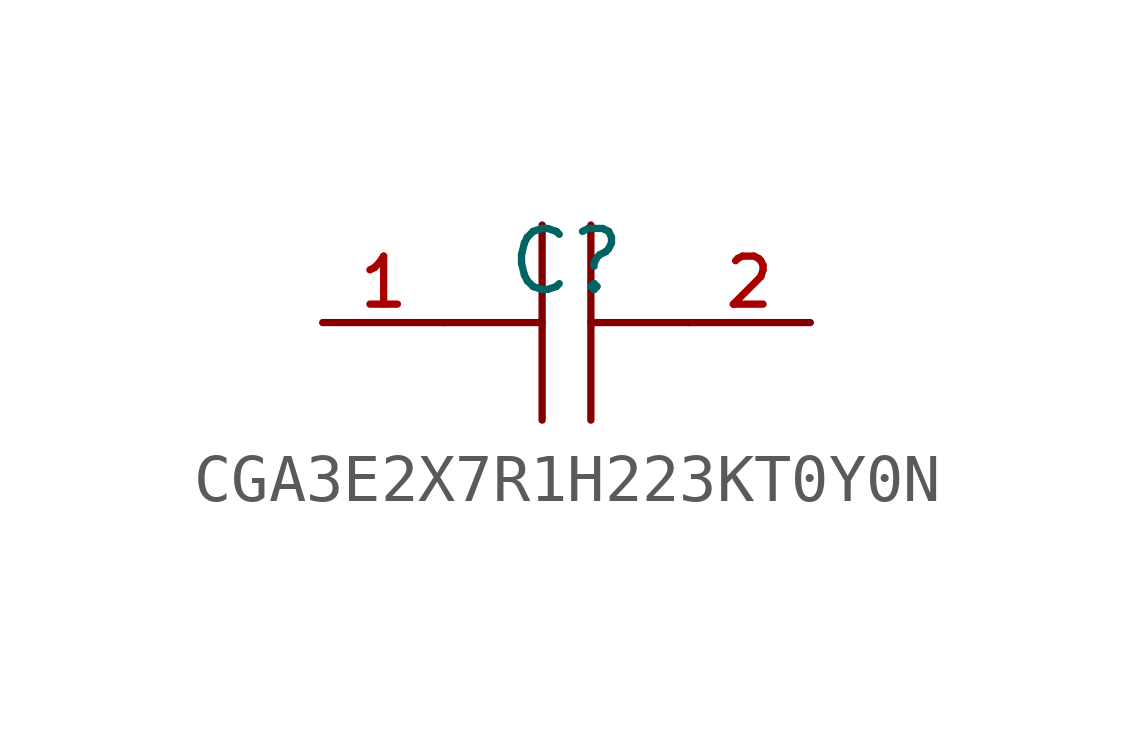
<source format=kicad_sym>
(kicad_symbol_lib
  (version 20210201)
  (generator TousstNicolas/JLC2KiCad_lib)
  (symbol "CGA3E2X7R1H223KT0Y0N"
    (pin_names hide)
    (property "Reference" "C"
      (at 0 1.27 0)
      (effects (font (size 1.27 1.27))))
    (symbol "CGA3E2X7R1H223KT0Y0N_0_1"
      (polyline (pts (xy -0.508 -2.032) (xy -0.508 2.032)) (stroke (width 0) (type default) (color 0 0 0 0)) (fill (type none)))
      (pin unspecified line (at -5.08 -0.0 0) (length 2.54) (name "1" (effects (font (size 1 1)))) (number "1" (effects (font (size 1 1)))))
      (polyline (pts (xy 2.54 -0.0) (xy 0.508 -0.0)) (stroke (width 0) (type default) (color 0 0 0 0)) (fill (type none)))
      (polyline (pts (xy 0.508 2.032) (xy 0.508 -2.032)) (stroke (width 0) (type default) (color 0 0 0 0)) (fill (type none)))
      (pin unspecified line (at 5.08 -0.0 180) (length 2.54) (name "2" (effects (font (size 1 1)))) (number "2" (effects (font (size 1 1)))))
      (polyline (pts (xy -0.508 -0.0) (xy -2.54 -0.0)) (stroke (width 0) (type default) (color 0 0 0 0)) (fill (type none))))))
</source>
